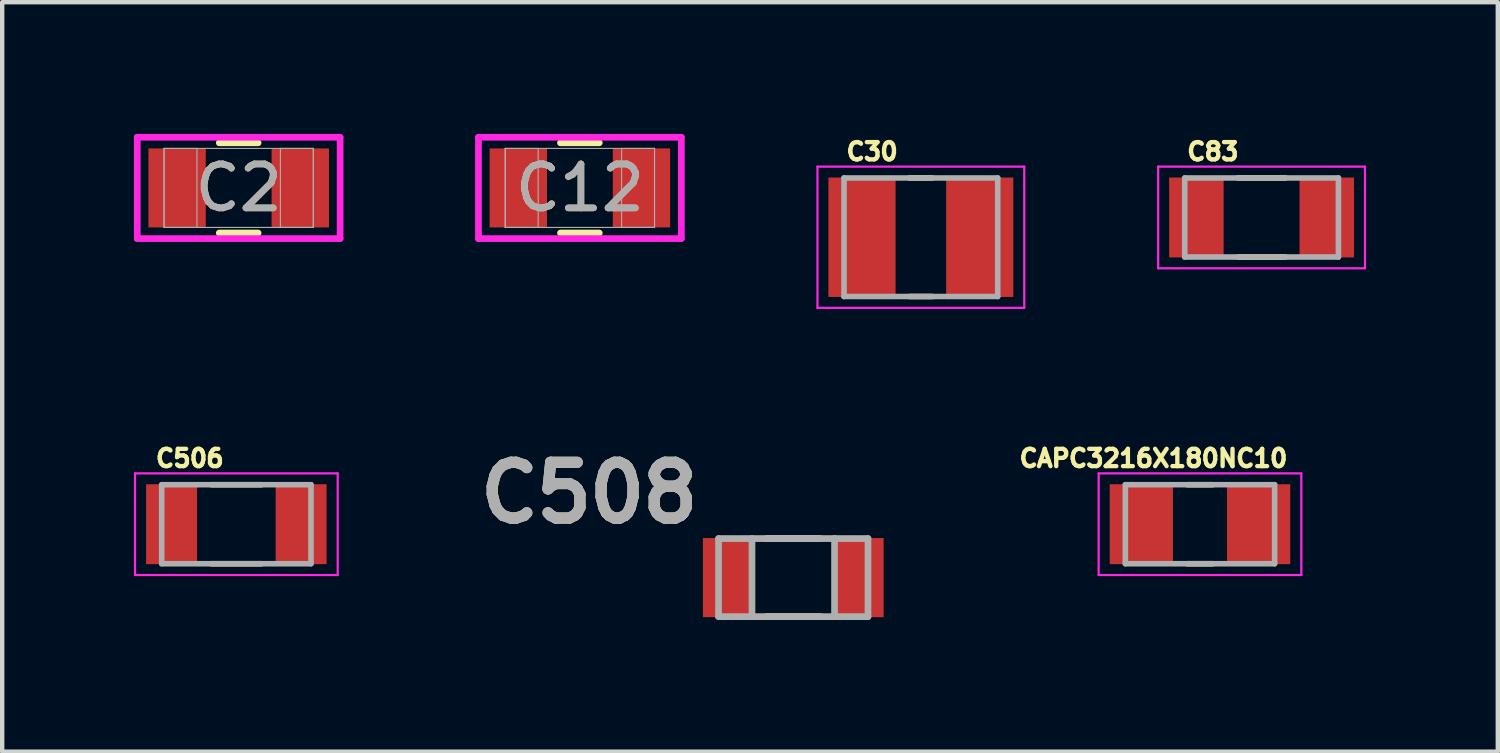
<source format=kicad_pcb>
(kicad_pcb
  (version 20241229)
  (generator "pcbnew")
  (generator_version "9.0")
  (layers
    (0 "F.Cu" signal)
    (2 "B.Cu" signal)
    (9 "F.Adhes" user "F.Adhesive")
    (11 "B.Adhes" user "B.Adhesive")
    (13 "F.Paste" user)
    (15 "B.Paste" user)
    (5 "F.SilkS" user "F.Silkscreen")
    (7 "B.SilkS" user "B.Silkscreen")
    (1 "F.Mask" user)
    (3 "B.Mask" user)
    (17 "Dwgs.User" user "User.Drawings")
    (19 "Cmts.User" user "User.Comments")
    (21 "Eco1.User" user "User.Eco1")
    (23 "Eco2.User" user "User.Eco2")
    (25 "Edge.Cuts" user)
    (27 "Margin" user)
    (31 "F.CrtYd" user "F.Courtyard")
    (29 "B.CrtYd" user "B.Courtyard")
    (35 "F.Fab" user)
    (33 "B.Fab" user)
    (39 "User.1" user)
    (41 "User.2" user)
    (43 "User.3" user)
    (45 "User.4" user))
  (footprint "C2"
    (layer "F.Cu")
    (at 2.386 1.23)
    (property "Reference" "C2" (at 0 0 0) (unlocked yes) (layer "F.SilkS") (effects (font (size 1 1) (thickness 0.15))))
    (attr smd)
    (fp_line (start -0.442 1.027) (end 0.442 1.027) (stroke (width 0.152) (type solid)) (layer "F.SilkS"))
    (fp_line (start 0.442 -1.027) (end -0.442 -1.027) (stroke (width 0.152) (type solid)) (layer "F.SilkS"))
    (fp_line (start -2.31 -1.154) (end 2.31 -1.154) (stroke (width 0.152) (type solid)) (layer "F.CrtYd"))
    (fp_line (start -2.31 1.154) (end -2.31 -1.154) (stroke (width 0.152) (type solid)) (layer "F.CrtYd"))
    (fp_line (start 2.31 -1.154) (end 2.31 1.154) (stroke (width 0.152) (type solid)) (layer "F.CrtYd"))
    (fp_line (start 2.31 1.154) (end -2.31 1.154) (stroke (width 0.152) (type solid)) (layer "F.CrtYd"))
    (fp_line (start -1.7 -0.9) (end -1.7 0.9) (stroke (width 0.025) (type solid)) (layer "F.Fab"))
    (fp_line (start -1.7 -0.9) (end -1.7 0.9) (stroke (width 0.025) (type solid)) (layer "F.Fab"))
    (fp_line (start -1.7 0.9) (end -0.95 0.9) (stroke (width 0.025) (type solid)) (layer "F.Fab"))
    (fp_line (start -1.7 0.9) (end 1.7 0.9) (stroke (width 0.025) (type solid)) (layer "F.Fab"))
    (fp_line (start -0.95 -0.9) (end -1.7 -0.9) (stroke (width 0.025) (type solid)) (layer "F.Fab"))
    (fp_line (start -0.95 0.9) (end -0.95 -0.9) (stroke (width 0.025) (type solid)) (layer "F.Fab"))
    (fp_line (start 0.95 -0.9) (end 0.95 0.9) (stroke (width 0.025) (type solid)) (layer "F.Fab"))
    (fp_line (start 0.95 0.9) (end 1.7 0.9) (stroke (width 0.025) (type solid)) (layer "F.Fab"))
    (fp_line (start 1.7 -0.9) (end -1.7 -0.9) (stroke (width 0.025) (type solid)) (layer "F.Fab"))
    (fp_line (start 1.7 -0.9) (end 0.95 -0.9) (stroke (width 0.025) (type solid)) (layer "F.Fab"))
    (fp_line (start 1.7 0.9) (end 1.7 -0.9) (stroke (width 0.025) (type solid)) (layer "F.Fab"))
    (fp_line (start 1.7 0.9) (end 1.7 -0.9) (stroke (width 0.025) (type solid)) (layer "F.Fab"))
    (fp_text user "${REFERENCE}" (at 0 0 0) (unlocked yes) (layer "F.Fab") (effects (font (size 1 1) (thickness 0.15))))
    (pad "1" smd rect (at -1.403 0) (size 1.306 1.8) (layers "F.Cu" "F.Mask" "F.Paste"))
    (pad "2" smd rect (at 1.403 0) (size 1.306 1.8) (layers "F.Cu" "F.Mask" "F.Paste"))
    (zone (net_name "") (layer "F.Cu") (hatch full 0.508) (connect_pads) (min_thickness 0.254) (filled_areas_thickness no) (keepout (tracks not_allowed) (vias not_allowed) (pads allowed) (copperpour not_allowed) (footprints allowed)) (placement (enabled no)) (fill) (polygon (pts (xy 1.687 0.381) (xy 3.085 0.381) (xy 3.085 2.079) (xy 1.687 2.079)))))
  (footprint "C508"
    (layer "F.Cu")
    (at 15.017 10.105)
    (property "Reference" "C508" (at -4.648 -1.93 0) (layer "F.SilkS") (effects (font (size 1.27 1.27) (thickness 0.254))))
    (attr smd)
    (fp_line (start -0.61 0.889) (end 0.61 0.889) (stroke (width 0.152) (type solid)) (layer "F.SilkS"))
    (fp_line (start 0.61 -0.889) (end -0.61 -0.889) (stroke (width 0.152) (type solid)) (layer "F.SilkS"))
    (fp_line (start -1.702 -0.889) (end -1.702 0.889) (stroke (width 0.152) (type solid)) (layer "F.Fab"))
    (fp_line (start -1.702 0.889) (end -0.94 0.889) (stroke (width 0.152) (type solid)) (layer "F.Fab"))
    (fp_line (start -0.94 -0.889) (end -1.702 -0.889) (stroke (width 0.152) (type solid)) (layer "F.Fab"))
    (fp_line (start -0.94 0.889) (end -0.94 -0.889) (stroke (width 0.152) (type solid)) (layer "F.Fab"))
    (fp_line (start -0.94 0.889) (end 0.94 0.889) (stroke (width 0.152) (type solid)) (layer "F.Fab"))
    (fp_line (start 0.94 -0.889) (end -0.94 -0.889) (stroke (width 0.152) (type solid)) (layer "F.Fab"))
    (fp_line (start 0.94 -0.889) (end 0.94 0.889) (stroke (width 0.152) (type solid)) (layer "F.Fab"))
    (fp_line (start 0.94 0.889) (end 1.702 0.889) (stroke (width 0.152) (type solid)) (layer "F.Fab"))
    (fp_line (start 1.702 -0.889) (end 0.94 -0.889) (stroke (width 0.152) (type solid)) (layer "F.Fab"))
    (fp_line (start 1.702 0.889) (end 1.702 -0.889) (stroke (width 0.152) (type solid)) (layer "F.Fab"))
    (fp_text user "${REFERENCE}" (at -4.648 -1.93 0) (layer "F.Fab") (effects (font (size 1.27 1.27) (thickness 0.254))))
    (pad "1" smd rect (at -1.499 0) (size 1.118 1.803) (layers "F.Cu" "F.Mask" "F.Paste"))
    (pad "2" smd rect (at 1.499 0) (size 1.118 1.803) (layers "F.Cu" "F.Mask" "F.Paste")))
  (footprint "C30"
    (layer "F.Cu")
    (at 17.923 2.353)
    (property "Reference" "C30" (at -1.11 -1.95 0) (layer "F.SilkS") (effects (font (size 0.394 0.394) (thickness 0.15))))
    (attr smd)
    (fp_line (start -0.26 -1.35) (end 0.26 -1.35) (stroke (width 0.127) (type solid)) (layer "F.SilkS"))
    (fp_line (start -0.26 1.35) (end 0.26 1.35) (stroke (width 0.127) (type solid)) (layer "F.SilkS"))
    (fp_line (start -2.355 -1.608) (end 2.355 -1.608) (stroke (width 0.05) (type solid)) (layer "F.CrtYd"))
    (fp_line (start -2.355 1.608) (end -2.355 -1.608) (stroke (width 0.05) (type solid)) (layer "F.CrtYd"))
    (fp_line (start -2.355 1.608) (end 2.355 1.608) (stroke (width 0.05) (type solid)) (layer "F.CrtYd"))
    (fp_line (start 2.355 1.608) (end 2.355 -1.608) (stroke (width 0.05) (type solid)) (layer "F.CrtYd"))
    (fp_line (start -1.75 1.35) (end -1.75 -1.35) (stroke (width 0.127) (type solid)) (layer "F.Fab"))
    (fp_line (start 1.75 -1.35) (end -1.75 -1.35) (stroke (width 0.127) (type solid)) (layer "F.Fab"))
    (fp_line (start 1.75 1.35) (end -1.75 1.35) (stroke (width 0.127) (type solid)) (layer "F.Fab"))
    (fp_line (start 1.75 1.35) (end 1.75 -1.35) (stroke (width 0.127) (type solid)) (layer "F.Fab"))
    (pad "1" smd rect (at -1.341 0) (size 1.53 2.72) (layers "F.Cu" "F.Mask" "F.Paste"))
    (pad "2" smd rect (at 1.341 0) (size 1.53 2.72) (layers "F.Cu" "F.Mask" "F.Paste")))
  (footprint "C83"
    (layer "F.Cu")
    (at 25.683 1.903)
    (property "Reference" "C83" (at -1.11 -1.5 0) (layer "F.SilkS") (effects (font (size 0.394 0.394) (thickness 0.15))))
    (attr smd)
    (fp_line (start -0.54 -0.9) (end 0.54 -0.9) (stroke (width 0.127) (type solid)) (layer "F.SilkS"))
    (fp_line (start -0.54 0.9) (end 0.54 0.9) (stroke (width 0.127) (type solid)) (layer "F.SilkS"))
    (fp_line (start -2.355 -1.158) (end 2.355 -1.158) (stroke (width 0.05) (type solid)) (layer "F.CrtYd"))
    (fp_line (start -2.355 1.158) (end -2.355 -1.158) (stroke (width 0.05) (type solid)) (layer "F.CrtYd"))
    (fp_line (start -2.355 1.158) (end 2.355 1.158) (stroke (width 0.05) (type solid)) (layer "F.CrtYd"))
    (fp_line (start 2.355 1.158) (end 2.355 -1.158) (stroke (width 0.05) (type solid)) (layer "F.CrtYd"))
    (fp_line (start -1.75 0.9) (end -1.75 -0.9) (stroke (width 0.127) (type solid)) (layer "F.Fab"))
    (fp_line (start 1.75 -0.9) (end -1.75 -0.9) (stroke (width 0.127) (type solid)) (layer "F.Fab"))
    (fp_line (start 1.75 0.9) (end -1.75 0.9) (stroke (width 0.127) (type solid)) (layer "F.Fab"))
    (fp_line (start 1.75 0.9) (end 1.75 -0.9) (stroke (width 0.127) (type solid)) (layer "F.Fab"))
    (pad "1" smd rect (at -1.485 0) (size 1.24 1.82) (layers "F.Cu" "F.Mask" "F.Paste"))
    (pad "2" smd rect (at 1.485 0) (size 1.24 1.82) (layers "F.Cu" "F.Mask" "F.Paste")))
  (footprint "CAPC3216X180NC10"
    (layer "F.Cu")
    (at 24.28 8.889)
    (property "Reference" "CAPC3216X180NC10" (at -1.06 -1.5 0) (layer "F.SilkS") (effects (font (size 0.394 0.394) (thickness 0.15))))
    (attr smd)
    (fp_line (start -0.29 -0.9) (end 0.29 -0.9) (stroke (width 0.127) (type solid)) (layer "F.SilkS"))
    (fp_line (start -0.29 0.9) (end 0.29 0.9) (stroke (width 0.127) (type solid)) (layer "F.SilkS"))
    (fp_line (start -2.308 -1.158) (end 2.308 -1.158) (stroke (width 0.05) (type solid)) (layer "F.CrtYd"))
    (fp_line (start -2.308 1.158) (end -2.308 -1.158) (stroke (width 0.05) (type solid)) (layer "F.CrtYd"))
    (fp_line (start -2.308 1.158) (end 2.308 1.158) (stroke (width 0.05) (type solid)) (layer "F.CrtYd"))
    (fp_line (start 2.308 1.158) (end 2.308 -1.158) (stroke (width 0.05) (type solid)) (layer "F.CrtYd"))
    (fp_line (start -1.7 0.9) (end -1.7 -0.9) (stroke (width 0.127) (type solid)) (layer "F.Fab"))
    (fp_line (start 1.7 -0.9) (end -1.7 -0.9) (stroke (width 0.127) (type solid)) (layer "F.Fab"))
    (fp_line (start 1.7 0.9) (end -1.7 0.9) (stroke (width 0.127) (type solid)) (layer "F.Fab"))
    (fp_line (start 1.7 0.9) (end 1.7 -0.9) (stroke (width 0.127) (type solid)) (layer "F.Fab"))
    (pad "1" smd rect (at -1.336 0) (size 1.44 1.82) (layers "F.Cu" "F.Mask" "F.Paste"))
    (pad "2" smd rect (at 1.336 0) (size 1.44 1.82) (layers "F.Cu" "F.Mask" "F.Paste")))
  (footprint "C506"
    (layer "F.Cu")
    (at 2.333 8.889)
    (property "Reference" "C506" (at -1.06 -1.5 0) (layer "F.SilkS") (effects (font (size 0.394 0.394) (thickness 0.15))))
    (attr smd)
    (fp_line (start -0.57 -0.9) (end 0.57 -0.9) (stroke (width 0.127) (type solid)) (layer "F.SilkS"))
    (fp_line (start -0.57 0.9) (end 0.57 0.9) (stroke (width 0.127) (type solid)) (layer "F.SilkS"))
    (fp_line (start -2.308 -1.158) (end 2.308 -1.158) (stroke (width 0.05) (type solid)) (layer "F.CrtYd"))
    (fp_line (start -2.308 1.158) (end -2.308 -1.158) (stroke (width 0.05) (type solid)) (layer "F.CrtYd"))
    (fp_line (start -2.308 1.158) (end 2.308 1.158) (stroke (width 0.05) (type solid)) (layer "F.CrtYd"))
    (fp_line (start 2.308 1.158) (end 2.308 -1.158) (stroke (width 0.05) (type solid)) (layer "F.CrtYd"))
    (fp_line (start -1.7 0.9) (end -1.7 -0.9) (stroke (width 0.127) (type solid)) (layer "F.Fab"))
    (fp_line (start 1.7 -0.9) (end -1.7 -0.9) (stroke (width 0.127) (type solid)) (layer "F.Fab"))
    (fp_line (start 1.7 0.9) (end -1.7 0.9) (stroke (width 0.127) (type solid)) (layer "F.Fab"))
    (fp_line (start 1.7 0.9) (end 1.7 -0.9) (stroke (width 0.127) (type solid)) (layer "F.Fab"))
    (pad "1" smd rect (at -1.475 0) (size 1.16 1.82) (layers "F.Cu" "F.Mask" "F.Paste"))
    (pad "2" smd rect (at 1.475 0) (size 1.16 1.82) (layers "F.Cu" "F.Mask" "F.Paste")))
  (footprint "C12"
    (layer "F.Cu")
    (at 10.157 1.23)
    (property "Reference" "C12" (at 0 0 0) (unlocked yes) (layer "F.SilkS") (effects (font (size 1 1) (thickness 0.15))))
    (attr smd)
    (fp_line (start -0.442 1.027) (end 0.442 1.027) (stroke (width 0.152) (type solid)) (layer "F.SilkS"))
    (fp_line (start 0.442 -1.027) (end -0.442 -1.027) (stroke (width 0.152) (type solid)) (layer "F.SilkS"))
    (fp_line (start -2.31 -1.154) (end 2.31 -1.154) (stroke (width 0.152) (type solid)) (layer "F.CrtYd"))
    (fp_line (start -2.31 1.154) (end -2.31 -1.154) (stroke (width 0.152) (type solid)) (layer "F.CrtYd"))
    (fp_line (start 2.31 -1.154) (end 2.31 1.154) (stroke (width 0.152) (type solid)) (layer "F.CrtYd"))
    (fp_line (start 2.31 1.154) (end -2.31 1.154) (stroke (width 0.152) (type solid)) (layer "F.CrtYd"))
    (fp_line (start -1.7 -0.9) (end -1.7 0.9) (stroke (width 0.025) (type solid)) (layer "F.Fab"))
    (fp_line (start -1.7 -0.9) (end -1.7 0.9) (stroke (width 0.025) (type solid)) (layer "F.Fab"))
    (fp_line (start -1.7 0.9) (end -0.95 0.9) (stroke (width 0.025) (type solid)) (layer "F.Fab"))
    (fp_line (start -1.7 0.9) (end 1.7 0.9) (stroke (width 0.025) (type solid)) (layer "F.Fab"))
    (fp_line (start -0.95 -0.9) (end -1.7 -0.9) (stroke (width 0.025) (type solid)) (layer "F.Fab"))
    (fp_line (start -0.95 0.9) (end -0.95 -0.9) (stroke (width 0.025) (type solid)) (layer "F.Fab"))
    (fp_line (start 0.95 -0.9) (end 0.95 0.9) (stroke (width 0.025) (type solid)) (layer "F.Fab"))
    (fp_line (start 0.95 0.9) (end 1.7 0.9) (stroke (width 0.025) (type solid)) (layer "F.Fab"))
    (fp_line (start 1.7 -0.9) (end -1.7 -0.9) (stroke (width 0.025) (type solid)) (layer "F.Fab"))
    (fp_line (start 1.7 -0.9) (end 0.95 -0.9) (stroke (width 0.025) (type solid)) (layer "F.Fab"))
    (fp_line (start 1.7 0.9) (end 1.7 -0.9) (stroke (width 0.025) (type solid)) (layer "F.Fab"))
    (fp_line (start 1.7 0.9) (end 1.7 -0.9) (stroke (width 0.025) (type solid)) (layer "F.Fab"))
    (fp_text user "${REFERENCE}" (at 0 0 0) (unlocked yes) (layer "F.Fab") (effects (font (size 1 1) (thickness 0.15))))
    (pad "1" smd rect (at -1.403 0) (size 1.306 1.8) (layers "F.Cu" "F.Mask" "F.Paste"))
    (pad "2" smd rect (at 1.403 0) (size 1.306 1.8) (layers "F.Cu" "F.Mask" "F.Paste"))
    (zone (net_name "") (layer "F.Cu") (hatch full 0.508) (connect_pads) (min_thickness 0.254) (filled_areas_thickness no) (keepout (tracks not_allowed) (vias not_allowed) (pads allowed) (copperpour not_allowed) (footprints allowed)) (placement (enabled no)) (fill) (polygon (pts (xy 9.458 0.381) (xy 10.857 0.381) (xy 10.857 2.079) (xy 9.458 2.079)))))
  (gr_rect
    (start -3 -3)
    (end 31.063 14.07)
    (stroke (width 0.1) (type default))
    (fill no)
    (layer "Edge.Cuts")))
</source>
